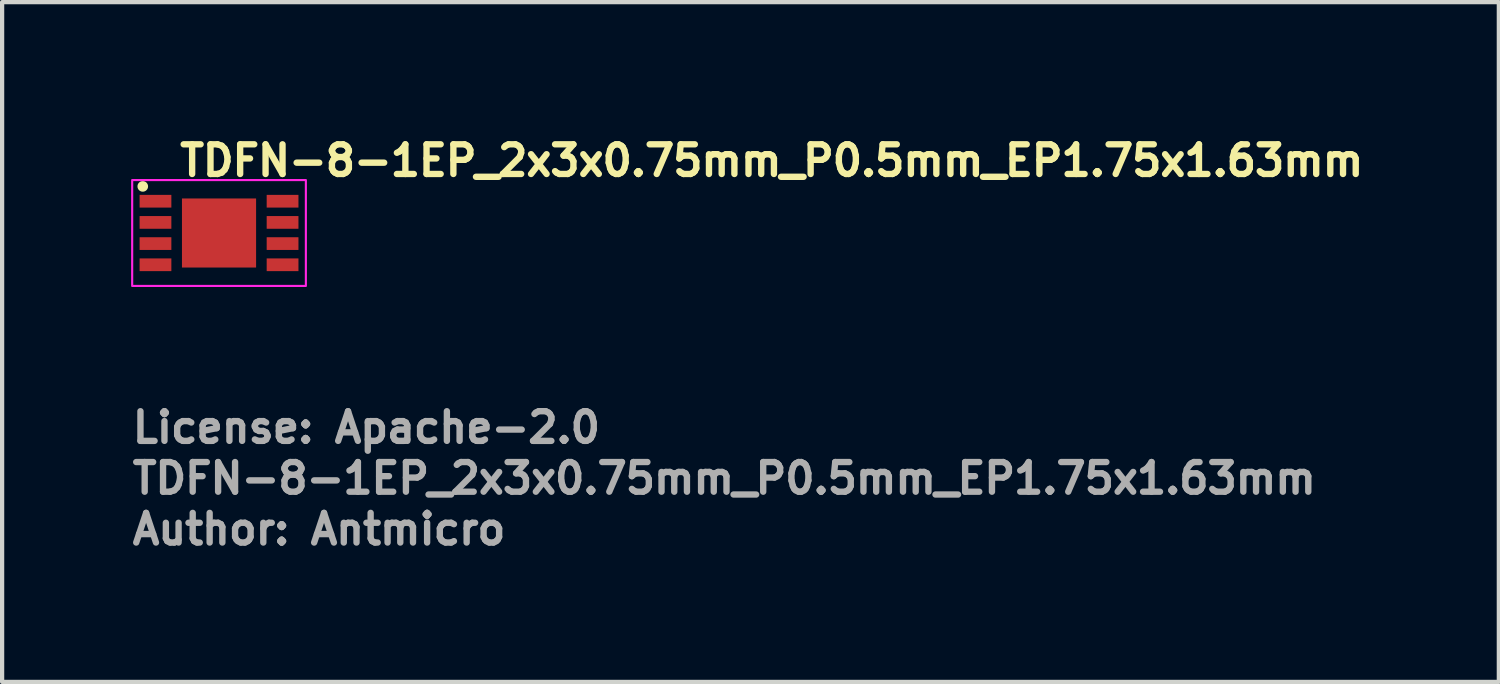
<source format=kicad_pcb>
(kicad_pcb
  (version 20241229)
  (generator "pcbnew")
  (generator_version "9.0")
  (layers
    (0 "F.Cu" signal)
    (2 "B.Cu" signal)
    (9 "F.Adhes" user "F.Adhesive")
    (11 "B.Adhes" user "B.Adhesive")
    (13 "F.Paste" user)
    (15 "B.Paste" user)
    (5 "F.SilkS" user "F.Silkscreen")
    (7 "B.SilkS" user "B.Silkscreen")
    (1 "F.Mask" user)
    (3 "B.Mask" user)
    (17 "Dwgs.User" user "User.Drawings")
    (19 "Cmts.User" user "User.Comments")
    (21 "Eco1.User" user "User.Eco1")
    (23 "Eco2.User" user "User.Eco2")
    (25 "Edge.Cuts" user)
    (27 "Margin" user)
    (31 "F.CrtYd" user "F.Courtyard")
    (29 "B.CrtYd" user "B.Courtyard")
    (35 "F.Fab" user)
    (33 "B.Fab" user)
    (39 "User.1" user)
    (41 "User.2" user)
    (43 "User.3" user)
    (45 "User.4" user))
  (footprint "TDFN-8-1EP_2x3x0.75mm_P0.5mm_EP1.75x1.63mm"
    (layer "F.Cu")
    (at 2.12 2.45)
    (property "Reference" "TDFN-8-1EP_2x3x0.75mm_P0.5mm_EP1.75x1.63mm" (at -1 -1.3 0) (layer "F.SilkS") (effects (font (size 0.7 0.7) (thickness 0.15)) (justify left bottom)))
    (attr smd)
    (fp_circle (center -1.8 -1.1) (end -1.75 -1.1) (stroke (width 0.15) (type solid)) (fill yes) (layer "F.SilkS"))
    (fp_rect (start -2.05 -1.25) (end 2.05 1.25) (stroke (width 0.05) (type default)) (fill no) (layer "F.CrtYd"))
    (fp_rect (start -1.55 -1) (end 1.55 1) (stroke (width 0.1) (type solid)) (fill no) (layer "User.5"))
    (fp_line (start -1.55 -0.87) (end -1.5 -0.87) (stroke (width 0.02) (type solid)) (layer "User.9"))
    (fp_line (start -1.55 -0.63) (end -1.55 -0.87) (stroke (width 0.02) (type solid)) (layer "User.9"))
    (fp_line (start -1.55 -0.63) (end -1.5 -0.63) (stroke (width 0.02) (type solid)) (layer "User.9"))
    (fp_line (start -1.55 -0.37) (end -1.5 -0.37) (stroke (width 0.02) (type solid)) (layer "User.9"))
    (fp_line (start -1.55 -0.13) (end -1.55 -0.37) (stroke (width 0.02) (type solid)) (layer "User.9"))
    (fp_line (start -1.55 -0.13) (end -1.5 -0.13) (stroke (width 0.02) (type solid)) (layer "User.9"))
    (fp_line (start -1.55 0.13) (end -1.5 0.13) (stroke (width 0.02) (type solid)) (layer "User.9"))
    (fp_line (start -1.55 0.37) (end -1.55 0.13) (stroke (width 0.02) (type solid)) (layer "User.9"))
    (fp_line (start -1.55 0.37) (end -1.5 0.37) (stroke (width 0.02) (type solid)) (layer "User.9"))
    (fp_line (start -1.55 0.63) (end -1.5 0.63) (stroke (width 0.02) (type solid)) (layer "User.9"))
    (fp_line (start -1.55 0.87) (end -1.55 0.63) (stroke (width 0.02) (type solid)) (layer "User.9"))
    (fp_line (start -1.55 0.87) (end -1.5 0.87) (stroke (width 0.02) (type solid)) (layer "User.9"))
    (fp_line (start -1.5 -1) (end 1.5 -1) (stroke (width 0.02) (type solid)) (layer "User.9"))
    (fp_line (start -1.5 1) (end -1.5 -1) (stroke (width 0.02) (type solid)) (layer "User.9"))
    (fp_line (start -1.5 1) (end 1.5 1) (stroke (width 0.02) (type solid)) (layer "User.9"))
    (fp_line (start -1.374 -0.766) (end -1.374 -0.734) (stroke (width 0.02) (type solid)) (layer "User.9"))
    (fp_line (start -1.374 -0.734) (end -1.366 -0.704) (stroke (width 0.02) (type solid)) (layer "User.9"))
    (fp_line (start -1.366 -0.796) (end -1.374 -0.766) (stroke (width 0.02) (type solid)) (layer "User.9"))
    (fp_line (start -1.366 -0.704) (end -1.351 -0.677) (stroke (width 0.02) (type solid)) (layer "User.9"))
    (fp_line (start -1.351 -0.823) (end -1.366 -0.796) (stroke (width 0.02) (type solid)) (layer "User.9"))
    (fp_line (start -1.351 -0.677) (end -1.33 -0.654) (stroke (width 0.02) (type solid)) (layer "User.9"))
    (fp_line (start -1.33 -0.846) (end -1.351 -0.823) (stroke (width 0.02) (type solid)) (layer "User.9"))
    (fp_line (start -1.33 -0.654) (end -1.303 -0.637) (stroke (width 0.02) (type solid)) (layer "User.9"))
    (fp_line (start -1.303 -0.863) (end -1.33 -0.846) (stroke (width 0.02) (type solid)) (layer "User.9"))
    (fp_line (start -1.303 -0.637) (end -1.273 -0.627) (stroke (width 0.02) (type solid)) (layer "User.9"))
    (fp_line (start -1.273 -0.873) (end -1.303 -0.863) (stroke (width 0.02) (type solid)) (layer "User.9"))
    (fp_line (start -1.273 -0.627) (end -1.242 -0.625) (stroke (width 0.02) (type solid)) (layer "User.9"))
    (fp_line (start -1.242 -0.875) (end -1.273 -0.873) (stroke (width 0.02) (type solid)) (layer "User.9"))
    (fp_line (start -1.242 -0.625) (end -1.211 -0.631) (stroke (width 0.02) (type solid)) (layer "User.9"))
    (fp_line (start -1.211 -0.869) (end -1.242 -0.875) (stroke (width 0.02) (type solid)) (layer "User.9"))
    (fp_line (start -1.211 -0.631) (end -1.183 -0.644) (stroke (width 0.02) (type solid)) (layer "User.9"))
    (fp_line (start -1.183 -0.856) (end -1.211 -0.869) (stroke (width 0.02) (type solid)) (layer "User.9"))
    (fp_line (start -1.183 -0.644) (end -1.159 -0.664) (stroke (width 0.02) (type solid)) (layer "User.9"))
    (fp_line (start -1.159 -0.836) (end -1.183 -0.856) (stroke (width 0.02) (type solid)) (layer "User.9"))
    (fp_line (start -1.159 -0.664) (end -1.14 -0.69) (stroke (width 0.02) (type solid)) (layer "User.9"))
    (fp_line (start -1.14 -0.81) (end -1.159 -0.836) (stroke (width 0.02) (type solid)) (layer "User.9"))
    (fp_line (start -1.14 -0.69) (end -1.129 -0.719) (stroke (width 0.02) (type solid)) (layer "User.9"))
    (fp_line (start -1.129 -0.781) (end -1.14 -0.81) (stroke (width 0.02) (type solid)) (layer "User.9"))
    (fp_line (start -1.129 -0.719) (end -1.125 -0.75) (stroke (width 0.02) (type solid)) (layer "User.9"))
    (fp_line (start -1.125 -0.75) (end -1.129 -0.781) (stroke (width 0.02) (type solid)) (layer "User.9"))
    (fp_line (start 1.5 -0.87) (end 1.55 -0.87) (stroke (width 0.02) (type solid)) (layer "User.9"))
    (fp_line (start 1.5 -0.63) (end 1.55 -0.63) (stroke (width 0.02) (type solid)) (layer "User.9"))
    (fp_line (start 1.5 -0.37) (end 1.55 -0.37) (stroke (width 0.02) (type solid)) (layer "User.9"))
    (fp_line (start 1.5 -0.13) (end 1.55 -0.13) (stroke (width 0.02) (type solid)) (layer "User.9"))
    (fp_line (start 1.5 0.13) (end 1.55 0.13) (stroke (width 0.02) (type solid)) (layer "User.9"))
    (fp_line (start 1.5 0.37) (end 1.55 0.37) (stroke (width 0.02) (type solid)) (layer "User.9"))
    (fp_line (start 1.5 0.63) (end 1.55 0.63) (stroke (width 0.02) (type solid)) (layer "User.9"))
    (fp_line (start 1.5 0.87) (end 1.55 0.87) (stroke (width 0.02) (type solid)) (layer "User.9"))
    (fp_line (start 1.5 1) (end 1.5 -1) (stroke (width 0.02) (type solid)) (layer "User.9"))
    (fp_line (start 1.55 -0.63) (end 1.55 -0.87) (stroke (width 0.02) (type solid)) (layer "User.9"))
    (fp_line (start 1.55 -0.13) (end 1.55 -0.37) (stroke (width 0.02) (type solid)) (layer "User.9"))
    (fp_line (start 1.55 0.37) (end 1.55 0.13) (stroke (width 0.02) (type solid)) (layer "User.9"))
    (fp_line (start 1.55 0.87) (end 1.55 0.63) (stroke (width 0.02) (type solid)) (layer "User.9"))
    (fp_text user "License: Apache-2.0" (at -2.12 5 0) (layer "F.Fab") (effects (font (size 0.7 0.7) (thickness 0.15)) (justify left bottom)))
    (fp_text user "Author: Antmicro" (at -2.12 7.4 0) (layer "F.Fab") (effects (font (size 0.7 0.7) (thickness 0.15)) (justify left bottom)))
    (fp_text user "${REFERENCE}" (at -2.12 6.2 0) (layer "F.Fab") (effects (font (size 0.7 0.7) (thickness 0.15)) (justify left bottom)))
    (pad "1" smd rect (at -1.5 -0.75 90) (size 0.3 0.75) (layers "F.Cu" "F.Mask" "F.Paste"))
    (pad "2" smd rect (at -1.5 -0.25 90) (size 0.3 0.75) (layers "F.Cu" "F.Mask" "F.Paste"))
    (pad "3" smd rect (at -1.5 0.25 90) (size 0.3 0.75) (layers "F.Cu" "F.Mask" "F.Paste"))
    (pad "4" smd rect (at -1.5 0.75 90) (size 0.3 0.75) (layers "F.Cu" "F.Mask" "F.Paste"))
    (pad "5" smd rect (at 1.5 0.75 90) (size 0.3 0.75) (layers "F.Cu" "F.Mask" "F.Paste"))
    (pad "6" smd rect (at 1.5 0.25 90) (size 0.3 0.75) (layers "F.Cu" "F.Mask" "F.Paste"))
    (pad "7" smd rect (at 1.5 -0.25 90) (size 0.3 0.75) (layers "F.Cu" "F.Mask" "F.Paste"))
    (pad "8" smd rect (at 1.5 -0.75 90) (size 0.3 0.75) (layers "F.Cu" "F.Mask" "F.Paste"))
    (pad "9" smd rect (at 0 0 90) (size 1.63 1.75) (layers "F.Cu" "F.Mask" "F.Paste")))
  (gr_rect
    (start -3 -3)
    (end 32.33 13.046)
    (stroke (width 0.1) (type default))
    (fill no)
    (layer "Edge.Cuts")))
</source>
